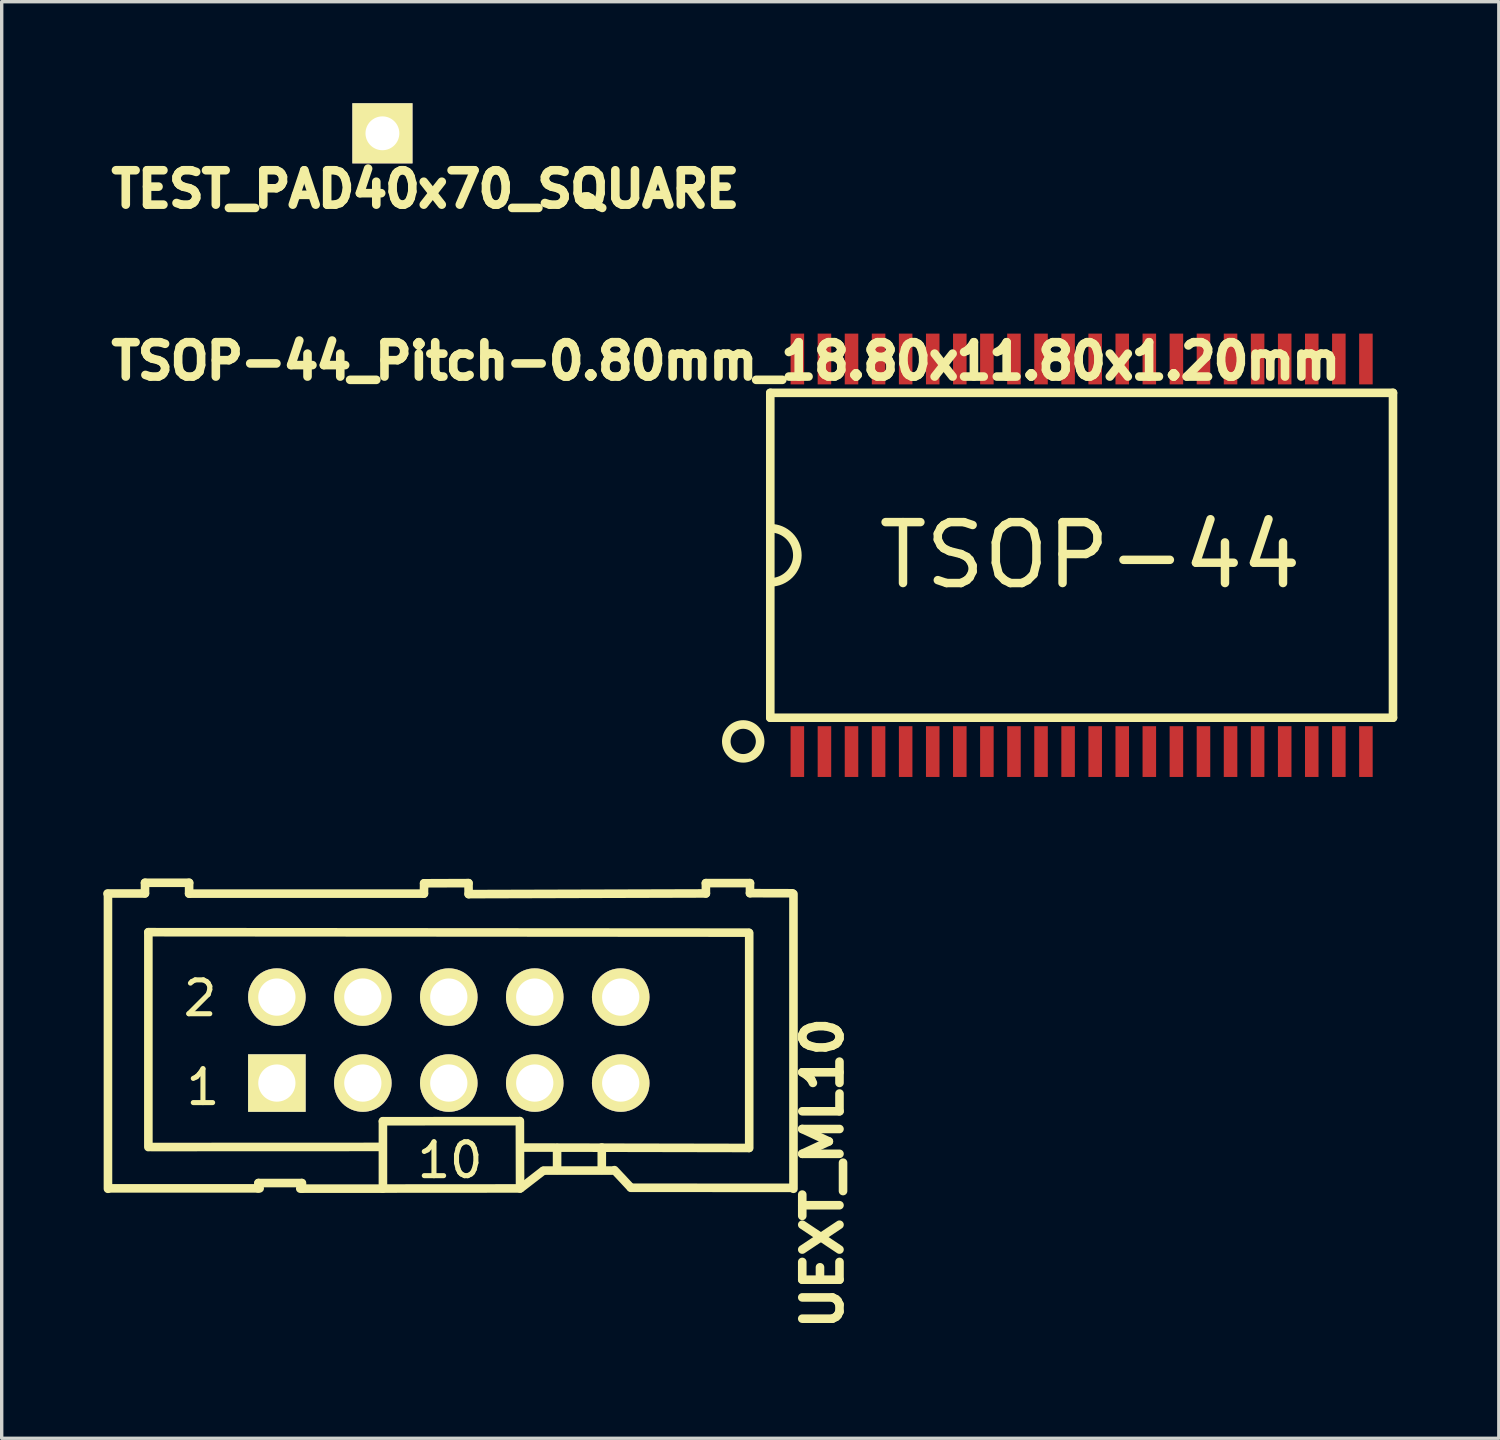
<source format=kicad_pcb>
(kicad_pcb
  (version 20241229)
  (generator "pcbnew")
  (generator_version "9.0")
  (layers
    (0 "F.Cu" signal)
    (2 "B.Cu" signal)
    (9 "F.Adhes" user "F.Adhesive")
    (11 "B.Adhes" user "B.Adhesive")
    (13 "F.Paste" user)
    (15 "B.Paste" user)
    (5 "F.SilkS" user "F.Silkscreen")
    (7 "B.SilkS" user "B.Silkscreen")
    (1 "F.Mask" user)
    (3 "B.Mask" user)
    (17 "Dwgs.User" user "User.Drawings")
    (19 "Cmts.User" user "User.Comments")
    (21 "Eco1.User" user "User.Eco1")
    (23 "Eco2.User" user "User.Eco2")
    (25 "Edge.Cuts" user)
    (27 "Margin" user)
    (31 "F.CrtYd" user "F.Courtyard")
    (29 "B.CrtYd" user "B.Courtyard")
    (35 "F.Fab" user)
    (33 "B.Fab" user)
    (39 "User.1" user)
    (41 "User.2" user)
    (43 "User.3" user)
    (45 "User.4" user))
  (footprint "TSOP-44_Pitch-0.80mm_18.80x11.80x1.20mm"
    (layer "F.Cu")
    (at 28.911 13.358)
    (property "Reference" "TSOP-44_Pitch-0.80mm_18.80x11.80x1.20mm" (at -10.513 -5.738 0) (layer "F.SilkS") (effects (font (size 1.016 1.016) (thickness 0.254))))
    (attr smd)
    (fp_line (start -9.2 -4.8) (end 9.2 -4.8) (stroke (width 0.254) (type solid)) (layer "F.SilkS"))
    (fp_line (start -9.2 -0.8) (end -9.2 -4.8) (stroke (width 0.254) (type solid)) (layer "F.SilkS"))
    (fp_line (start -9.2 0.8) (end -9.2 -0.8) (stroke (width 0.254) (type solid)) (layer "F.SilkS"))
    (fp_line (start -9.2 4.8) (end -9.2 0.8) (stroke (width 0.254) (type solid)) (layer "F.SilkS"))
    (fp_line (start 9.2 -4.8) (end 9.2 4.8) (stroke (width 0.254) (type solid)) (layer "F.SilkS"))
    (fp_line (start 9.2 4.8) (end -9.2 4.8) (stroke (width 0.254) (type solid)) (layer "F.SilkS"))
    (fp_arc (start -9.2 -0.8) (mid -8.4 0) (end -9.2 0.8) (stroke (width 0.254) (type solid)) (layer "F.SilkS"))
    (fp_circle (center -10 5.5) (end -10 6) (stroke (width 0.254) (type solid)) (fill no) (layer "F.SilkS"))
    (fp_text user "TSOP-44" (at 0.25 0 0) (layer "F.SilkS") (effects (font (size 1.8 1.8) (thickness 0.25))))
    (pad "1" smd rect (at -8.4 5.8) (size 0.4 1.5) (layers "F.Cu" "F.Mask" "F.Paste"))
    (pad "2" smd rect (at -7.6 5.8) (size 0.4 1.5) (layers "F.Cu" "F.Mask" "F.Paste"))
    (pad "3" smd rect (at -6.8 5.8) (size 0.4 1.5) (layers "F.Cu" "F.Mask" "F.Paste"))
    (pad "4" smd rect (at -6 5.8) (size 0.4 1.5) (layers "F.Cu" "F.Mask" "F.Paste"))
    (pad "5" smd rect (at -5.2 5.8) (size 0.4 1.5) (layers "F.Cu" "F.Mask" "F.Paste"))
    (pad "6" smd rect (at -4.4 5.8) (size 0.4 1.5) (layers "F.Cu" "F.Mask" "F.Paste"))
    (pad "7" smd rect (at -3.6 5.8) (size 0.4 1.5) (layers "F.Cu" "F.Mask" "F.Paste"))
    (pad "8" smd rect (at -2.8 5.8) (size 0.4 1.5) (layers "F.Cu" "F.Mask" "F.Paste"))
    (pad "9" smd rect (at -2 5.8) (size 0.4 1.5) (layers "F.Cu" "F.Mask" "F.Paste"))
    (pad "10" smd rect (at -1.2 5.8) (size 0.4 1.5) (layers "F.Cu" "F.Mask" "F.Paste"))
    (pad "11" smd rect (at -0.4 5.8) (size 0.4 1.5) (layers "F.Cu" "F.Mask" "F.Paste"))
    (pad "12" smd rect (at 0.4 5.8) (size 0.4 1.5) (layers "F.Cu" "F.Mask" "F.Paste"))
    (pad "13" smd rect (at 1.2 5.8) (size 0.4 1.5) (layers "F.Cu" "F.Mask" "F.Paste"))
    (pad "14" smd rect (at 2 5.8) (size 0.4 1.5) (layers "F.Cu" "F.Mask" "F.Paste"))
    (pad "15" smd rect (at 2.8 5.8) (size 0.4 1.5) (layers "F.Cu" "F.Mask" "F.Paste"))
    (pad "16" smd rect (at 3.6 5.8) (size 0.4 1.5) (layers "F.Cu" "F.Mask" "F.Paste"))
    (pad "17" smd rect (at 4.4 5.8) (size 0.4 1.5) (layers "F.Cu" "F.Mask" "F.Paste"))
    (pad "18" smd rect (at 5.2 5.8) (size 0.4 1.5) (layers "F.Cu" "F.Mask" "F.Paste"))
    (pad "19" smd rect (at 6 5.8) (size 0.4 1.5) (layers "F.Cu" "F.Mask" "F.Paste"))
    (pad "20" smd rect (at 6.8 5.8) (size 0.4 1.5) (layers "F.Cu" "F.Mask" "F.Paste"))
    (pad "21" smd rect (at 7.6 5.8) (size 0.4 1.5) (layers "F.Cu" "F.Mask" "F.Paste"))
    (pad "22" smd rect (at 8.4 5.8) (size 0.4 1.5) (layers "F.Cu" "F.Mask" "F.Paste"))
    (pad "23" smd rect (at 8.4 -5.8) (size 0.4 1.5) (layers "F.Cu" "F.Mask" "F.Paste"))
    (pad "24" smd rect (at 7.6 -5.8) (size 0.4 1.5) (layers "F.Cu" "F.Mask" "F.Paste"))
    (pad "25" smd rect (at 6.8 -5.8) (size 0.4 1.5) (layers "F.Cu" "F.Mask" "F.Paste"))
    (pad "26" smd rect (at 6 -5.8) (size 0.4 1.5) (layers "F.Cu" "F.Mask" "F.Paste"))
    (pad "27" smd rect (at 5.2 -5.8) (size 0.4 1.5) (layers "F.Cu" "F.Mask" "F.Paste"))
    (pad "28" smd rect (at 4.4 -5.8) (size 0.4 1.5) (layers "F.Cu" "F.Mask" "F.Paste"))
    (pad "29" smd rect (at 3.6 -5.8) (size 0.4 1.5) (layers "F.Cu" "F.Mask" "F.Paste"))
    (pad "30" smd rect (at 2.8 -5.8) (size 0.4 1.5) (layers "F.Cu" "F.Mask" "F.Paste"))
    (pad "31" smd rect (at 2 -5.8) (size 0.4 1.5) (layers "F.Cu" "F.Mask" "F.Paste"))
    (pad "32" smd rect (at 1.2 -5.8) (size 0.4 1.5) (layers "F.Cu" "F.Mask" "F.Paste"))
    (pad "33" smd rect (at 0.4 -5.8) (size 0.4 1.5) (layers "F.Cu" "F.Mask" "F.Paste"))
    (pad "34" smd rect (at -0.4 -5.8) (size 0.4 1.5) (layers "F.Cu" "F.Mask" "F.Paste"))
    (pad "35" smd rect (at -1.2 -5.8) (size 0.4 1.5) (layers "F.Cu" "F.Mask" "F.Paste"))
    (pad "36" smd rect (at -2 -5.8) (size 0.4 1.5) (layers "F.Cu" "F.Mask" "F.Paste"))
    (pad "37" smd rect (at -2.8 -5.8) (size 0.4 1.5) (layers "F.Cu" "F.Mask" "F.Paste"))
    (pad "38" smd rect (at -3.6 -5.8) (size 0.4 1.5) (layers "F.Cu" "F.Mask" "F.Paste"))
    (pad "39" smd rect (at -4.4 -5.8) (size 0.4 1.5) (layers "F.Cu" "F.Mask" "F.Paste"))
    (pad "40" smd rect (at -5.2 -5.8) (size 0.4 1.5) (layers "F.Cu" "F.Mask" "F.Paste"))
    (pad "41" smd rect (at -6 -5.8) (size 0.4 1.5) (layers "F.Cu" "F.Mask" "F.Paste"))
    (pad "42" smd rect (at -6.8 -5.8) (size 0.4 1.5) (layers "F.Cu" "F.Mask" "F.Paste"))
    (pad "43" smd rect (at -7.6 -5.8) (size 0.4 1.5) (layers "F.Cu" "F.Mask" "F.Paste"))
    (pad "44" smd rect (at -8.4 -5.8) (size 0.4 1.5) (layers "F.Cu" "F.Mask" "F.Paste")))
  (footprint "TEST_PAD40x70_SQUARE"
    (layer "F.Cu")
    (at 8.25 0.889)
    (property "Reference" "TEST_PAD40x70_SQUARE" (at 1.27 1.651 0) (layer "F.SilkS") (effects (font (size 1.016 1.016) (thickness 0.254))))
    (attr exclude_from_pos_files exclude_from_bom)
    (pad "1" thru_hole rect (at 0 0) (size 1.778 1.778) (drill 1) (layers "*.Cu" "F.Mask" "F.SilkS")))
  (footprint "UEXT_ML10"
    (layer "F.Cu")
    (at 10.211 27.683)
    (property "Reference" "UEXT_ML10" (at 11.049 3.937 270) (layer "F.SilkS") (effects (font (size 1.1 1.1) (thickness 0.254))))
    (attr through_hole)
    (fp_line (start -10.084 -4.331) (end -8.979 -4.331) (stroke (width 0.254) (type solid)) (layer "F.SilkS"))
    (fp_line (start -10.071 -4.318) (end -10.071 4.394) (stroke (width 0.254) (type solid)) (layer "F.SilkS"))
    (fp_line (start -10.058 4.381) (end -5.588 4.381) (stroke (width 0.254) (type solid)) (layer "F.SilkS"))
    (fp_line (start -8.976 -4.648) (end -8.976 -4.336) (stroke (width 0.254) (type solid)) (layer "F.SilkS"))
    (fp_line (start -8.877 -3.188) (end -8.877 3.162) (stroke (width 0.254) (type solid)) (layer "F.SilkS"))
    (fp_line (start -8.877 -3.188) (end 8.865 -3.175) (stroke (width 0.254) (type solid)) (layer "F.SilkS"))
    (fp_line (start -7.673 -4.648) (end -8.976 -4.648) (stroke (width 0.254) (type solid)) (layer "F.SilkS"))
    (fp_line (start -7.673 -4.328) (end -7.673 -4.648) (stroke (width 0.254) (type solid)) (layer "F.SilkS"))
    (fp_line (start -5.631 4.384) (end -5.624 4.224) (stroke (width 0.254) (type solid)) (layer "F.SilkS"))
    (fp_line (start -5.624 4.224) (end -4.351 4.224) (stroke (width 0.254) (type solid)) (layer "F.SilkS"))
    (fp_line (start -4.389 4.389) (end -1.991 4.389) (stroke (width 0.254) (type solid)) (layer "F.SilkS"))
    (fp_line (start -4.338 4.224) (end -4.338 4.392) (stroke (width 0.254) (type solid)) (layer "F.SilkS"))
    (fp_line (start -1.958 3.157) (end -8.806 3.16) (stroke (width 0.254) (type solid)) (layer "F.SilkS"))
    (fp_line (start -1.946 2.398) (end 2.095 2.395) (stroke (width 0.254) (type solid)) (layer "F.SilkS"))
    (fp_line (start -1.946 4.387) (end 2.103 4.384) (stroke (width 0.254) (type solid)) (layer "F.SilkS"))
    (fp_line (start -1.946 4.389) (end -1.946 2.398) (stroke (width 0.254) (type solid)) (layer "F.SilkS"))
    (fp_line (start -0.734 -4.328) (end -7.673 -4.328) (stroke (width 0.254) (type solid)) (layer "F.SilkS"))
    (fp_line (start -0.729 -4.633) (end -0.734 -4.328) (stroke (width 0.254) (type solid)) (layer "F.SilkS"))
    (fp_line (start 0.582 -4.638) (end -0.729 -4.633) (stroke (width 0.254) (type solid)) (layer "F.SilkS"))
    (fp_line (start 0.587 -4.313) (end 0.582 -4.638) (stroke (width 0.254) (type solid)) (layer "F.SilkS"))
    (fp_line (start 2.101 2.395) (end 2.106 4.384) (stroke (width 0.254) (type solid)) (layer "F.SilkS"))
    (fp_line (start 2.121 3.175) (end 8.865 3.188) (stroke (width 0.254) (type solid)) (layer "F.SilkS"))
    (fp_line (start 2.131 4.371) (end 2.781 3.868) (stroke (width 0.254) (type solid)) (layer "F.SilkS"))
    (fp_line (start 2.807 3.856) (end 4.813 3.856) (stroke (width 0.254) (type solid)) (layer "F.SilkS"))
    (fp_line (start 3.2 3.188) (end 3.2 3.835) (stroke (width 0.254) (type solid)) (layer "F.SilkS"))
    (fp_line (start 4.521 3.175) (end 4.521 3.835) (stroke (width 0.254) (type solid)) (layer "F.SilkS"))
    (fp_line (start 4.763 3.856) (end 4.844 3.856) (stroke (width 0.15) (type solid)) (layer "F.SilkS"))
    (fp_line (start 4.831 3.856) (end 4.907 3.856) (stroke (width 0.15) (type solid)) (layer "F.SilkS"))
    (fp_line (start 4.895 3.843) (end 5.37 4.351) (stroke (width 0.254) (type solid)) (layer "F.SilkS"))
    (fp_line (start 5.382 4.364) (end 10.137 4.366) (stroke (width 0.254) (type solid)) (layer "F.SilkS"))
    (fp_line (start 7.597 -4.638) (end 7.597 -4.333) (stroke (width 0.254) (type solid)) (layer "F.SilkS"))
    (fp_line (start 7.597 -4.333) (end 0.587 -4.313) (stroke (width 0.254) (type solid)) (layer "F.SilkS"))
    (fp_line (start 8.877 -3.162) (end 8.877 3.188) (stroke (width 0.254) (type solid)) (layer "F.SilkS"))
    (fp_line (start 8.9 -4.638) (end 7.597 -4.638) (stroke (width 0.254) (type solid)) (layer "F.SilkS"))
    (fp_line (start 8.9 -4.341) (end 8.9 -4.638) (stroke (width 0.254) (type solid)) (layer "F.SilkS"))
    (fp_line (start 10.155 -4.338) (end 8.9 -4.341) (stroke (width 0.254) (type solid)) (layer "F.SilkS"))
    (fp_line (start 10.185 -4.318) (end 10.185 4.394) (stroke (width 0.254) (type solid)) (layer "F.SilkS"))
    (fp_text user "10" (at 0.038 3.551 0) (layer "F.SilkS") (effects (font (size 1 1) (thickness 0.15))))
    (fp_text user "2" (at -7.348 -1.234 0) (layer "F.SilkS") (effects (font (size 1 1) (thickness 0.15))))
    (fp_text user "1" (at -7.264 1.392 0) (layer "F.SilkS") (effects (font (size 1 1) (thickness 0.15))))
    (pad "1" thru_hole rect (at -5.08 1.27) (size 1.7 1.7) (drill 1.1) (layers "*.Cu" "*.Mask" "F.SilkS"))
    (pad "2" thru_hole circle (at -5.08 -1.27) (size 1.7 1.7) (drill 1.1) (layers "*.Cu" "*.Mask" "F.SilkS"))
    (pad "3" thru_hole circle (at -2.54 1.27) (size 1.7 1.7) (drill 1.1) (layers "*.Cu" "*.Mask" "F.SilkS"))
    (pad "4" thru_hole circle (at -2.54 -1.27) (size 1.7 1.7) (drill 1.1) (layers "*.Cu" "*.Mask" "F.SilkS"))
    (pad "5" thru_hole circle (at 0 1.27) (size 1.7 1.7) (drill 1.1) (layers "*.Cu" "*.Mask" "F.SilkS"))
    (pad "6" thru_hole circle (at 0 -1.27) (size 1.7 1.7) (drill 1.1) (layers "*.Cu" "*.Mask" "F.SilkS"))
    (pad "7" thru_hole circle (at 2.54 1.27) (size 1.7 1.7) (drill 1.1) (layers "*.Cu" "*.Mask" "F.SilkS"))
    (pad "8" thru_hole circle (at 2.54 -1.27) (size 1.7 1.7) (drill 1.1) (layers "*.Cu" "*.Mask" "F.SilkS"))
    (pad "9" thru_hole circle (at 5.08 1.27) (size 1.7 1.7) (drill 1.1) (layers "*.Cu" "*.Mask" "F.SilkS"))
    (pad "10" thru_hole circle (at 5.08 -1.27) (size 1.7 1.7) (drill 1.1) (layers "*.Cu" "*.Mask" "F.SilkS")))
  (gr_rect
    (start -3 -3)
    (end 41.238 39.449)
    (stroke (width 0.1) (type default))
    (fill no)
    (layer "Edge.Cuts")))
</source>
